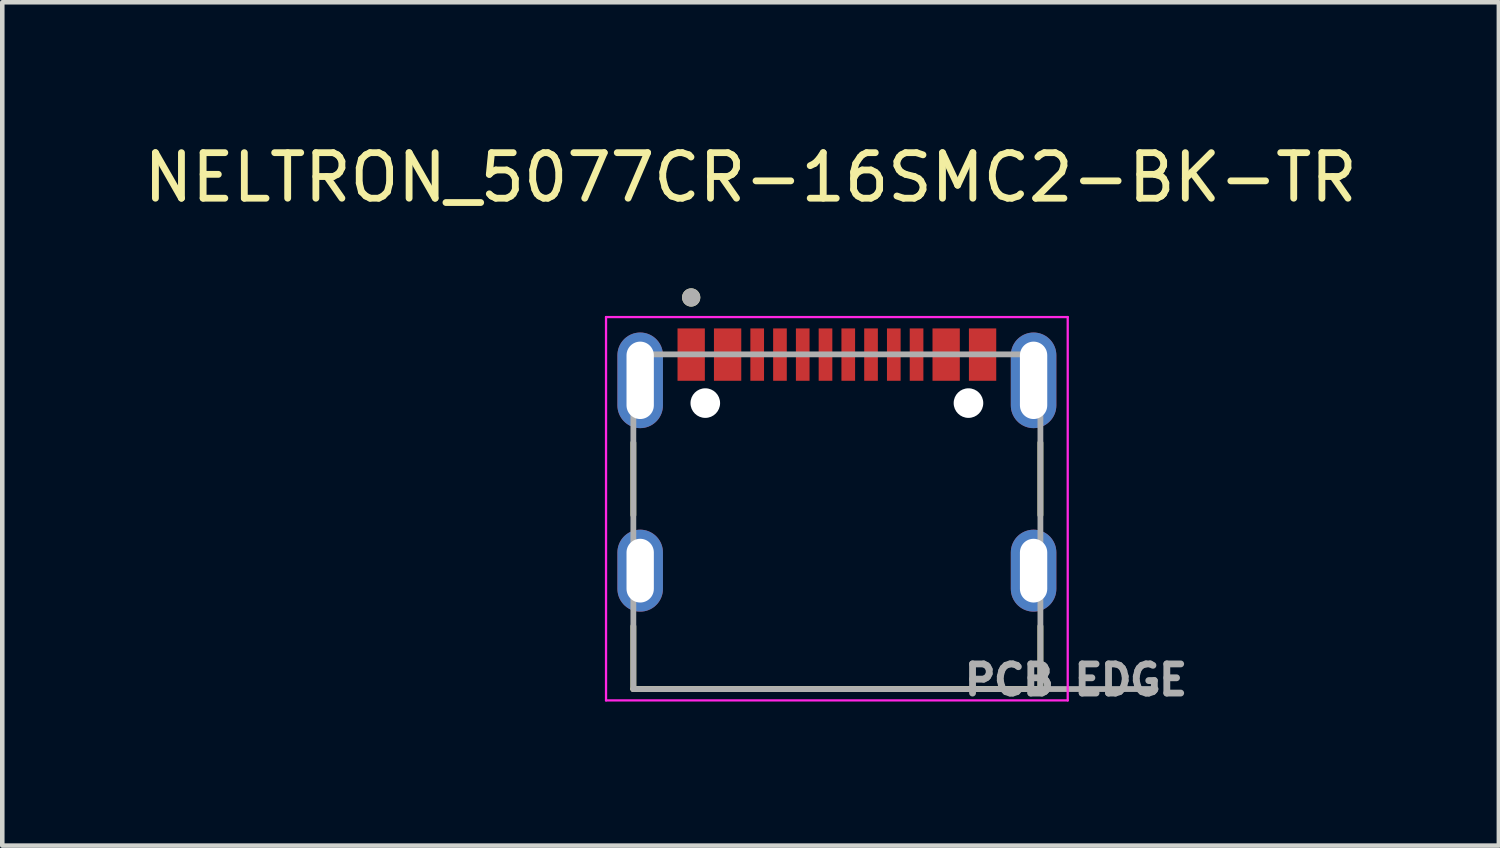
<source format=kicad_pcb>
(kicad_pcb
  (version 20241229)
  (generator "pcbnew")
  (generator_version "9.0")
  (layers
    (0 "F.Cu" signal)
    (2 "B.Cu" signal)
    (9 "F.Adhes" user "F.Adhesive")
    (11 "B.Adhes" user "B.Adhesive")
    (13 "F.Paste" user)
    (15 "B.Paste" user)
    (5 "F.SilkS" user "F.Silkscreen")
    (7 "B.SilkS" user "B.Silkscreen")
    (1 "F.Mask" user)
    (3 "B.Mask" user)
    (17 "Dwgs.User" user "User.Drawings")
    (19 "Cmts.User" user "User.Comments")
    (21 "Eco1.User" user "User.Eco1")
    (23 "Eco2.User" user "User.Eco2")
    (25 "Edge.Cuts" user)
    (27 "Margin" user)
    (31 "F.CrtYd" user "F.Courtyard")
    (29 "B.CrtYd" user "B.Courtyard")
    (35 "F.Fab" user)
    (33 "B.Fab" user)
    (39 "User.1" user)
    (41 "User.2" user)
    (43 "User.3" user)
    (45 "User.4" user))
  (footprint "NELTRON_5077CR-16SMC2-BK-TR"
    (layer "F.Cu")
    (at 15.33 5.803)
    (property "Reference" "NELTRON_5077CR-16SMC2-BK-TR" (at -1.895 -4.955 0) (layer "F.SilkS") (effects (font (size 1 1) (thickness 0.15))))
    (attr smd allow_soldermask_bridges)
    (fp_line (start -4.47 2.46) (end -4.47 0.87) (stroke (width 0.127) (type solid)) (layer "F.SilkS"))
    (fp_line (start -4.47 6.28) (end -4.47 4.9) (stroke (width 0.127) (type solid)) (layer "F.SilkS"))
    (fp_line (start 4.47 2.46) (end 4.47 0.87) (stroke (width 0.127) (type solid)) (layer "F.SilkS"))
    (fp_line (start 4.47 6.28) (end -4.47 6.28) (stroke (width 0.127) (type solid)) (layer "F.SilkS"))
    (fp_line (start 4.47 6.28) (end 4.47 4.9) (stroke (width 0.127) (type solid)) (layer "F.SilkS"))
    (fp_circle (center -3.2 -2.32) (end -3.1 -2.32) (stroke (width 0.2) (type solid)) (fill no) (layer "F.SilkS"))
    (fp_line (start -5.07 -1.89) (end 5.07 -1.89) (stroke (width 0.05) (type solid)) (layer "F.CrtYd"))
    (fp_line (start -5.07 6.53) (end -5.07 -1.89) (stroke (width 0.05) (type solid)) (layer "F.CrtYd"))
    (fp_line (start 5.07 -1.89) (end 5.07 6.53) (stroke (width 0.05) (type solid)) (layer "F.CrtYd"))
    (fp_line (start 5.07 6.53) (end -5.07 6.53) (stroke (width 0.05) (type solid)) (layer "F.CrtYd"))
    (fp_line (start -4.47 -1.07) (end 4.47 -1.07) (stroke (width 0.127) (type solid)) (layer "F.Fab"))
    (fp_line (start -4.47 6.28) (end -4.47 -1.07) (stroke (width 0.127) (type solid)) (layer "F.Fab"))
    (fp_line (start -4.47 6.28) (end 4.47 6.28) (stroke (width 0.127) (type solid)) (layer "F.Fab"))
    (fp_line (start 4.47 -1.07) (end 4.47 6.28) (stroke (width 0.127) (type solid)) (layer "F.Fab"))
    (fp_line (start 4.47 6.28) (end 7 6.28) (stroke (width 0.127) (type solid)) (layer "F.Fab"))
    (fp_circle (center -3.2 -2.32) (end -3.1 -2.32) (stroke (width 0.2) (type solid)) (fill no) (layer "F.Fab"))
    (fp_text user "PCB EDGE" (at 5.25 6.08 0) (layer "F.Fab") (effects (font (size 0.64 0.64) (thickness 0.15))))
    (pad "" np_thru_hole circle (at -2.89 0) (size 0.65 0.65) (drill 0.65) (layers "*.Cu" "*.Mask"))
    (pad "" np_thru_hole circle (at 2.89 0) (size 0.65 0.65) (drill 0.65) (layers "*.Cu" "*.Mask"))
    (pad "A1_B12" smd rect (at -3.2 -1.065) (size 0.6 1.15) (layers "F.Cu" "F.Mask" "F.Paste"))
    (pad "A4_B9" smd rect (at -2.4 -1.065) (size 0.6 1.15) (layers "F.Cu" "F.Mask" "F.Paste"))
    (pad "A5" smd rect (at -1.25 -1.065) (size 0.3 1.15) (layers "F.Cu" "F.Mask" "F.Paste"))
    (pad "A6" smd rect (at -0.25 -1.065) (size 0.3 1.15) (layers "F.Cu" "F.Mask" "F.Paste"))
    (pad "A7" smd rect (at 0.25 -1.065) (size 0.3 1.15) (layers "F.Cu" "F.Mask" "F.Paste"))
    (pad "A8" smd rect (at 1.25 -1.065) (size 0.3 1.15) (layers "F.Cu" "F.Mask" "F.Paste"))
    (pad "B1_A12" smd rect (at 3.2 -1.065) (size 0.6 1.15) (layers "F.Cu" "F.Mask" "F.Paste"))
    (pad "B4_A9" smd rect (at 2.4 -1.065) (size 0.6 1.15) (layers "F.Cu" "F.Mask" "F.Paste"))
    (pad "B5" smd rect (at 1.75 -1.065) (size 0.3 1.15) (layers "F.Cu" "F.Mask" "F.Paste"))
    (pad "B6" smd rect (at 0.75 -1.065) (size 0.3 1.15) (layers "F.Cu" "F.Mask" "F.Paste"))
    (pad "B7" smd rect (at -0.75 -1.065) (size 0.3 1.15) (layers "F.Cu" "F.Mask" "F.Paste"))
    (pad "B8" smd rect (at -1.75 -1.065) (size 0.3 1.15) (layers "F.Cu" "F.Mask" "F.Paste"))
    (pad "S1" thru_hole oval (at -4.32 3.68) (size 1 1.8) (drill oval 0.6 1.4) (layers "*.Cu" "*.Mask"))
    (pad "S2" thru_hole oval (at 4.32 3.68) (size 1 1.8) (drill oval 0.6 1.4) (layers "*.Cu" "*.Mask"))
    (pad "S3" thru_hole oval (at -4.32 -0.5) (size 1 2.1) (drill oval 0.6 1.7) (layers "*.Cu" "*.Mask"))
    (pad "S4" thru_hole oval (at 4.32 -0.5) (size 1 2.1) (drill oval 0.6 1.7) (layers "*.Cu" "*.Mask")))
  (gr_rect
    (start -3 -3)
    (end 29.869 15.521)
    (stroke (width 0.1) (type default))
    (fill no)
    (layer "Edge.Cuts")))
</source>
